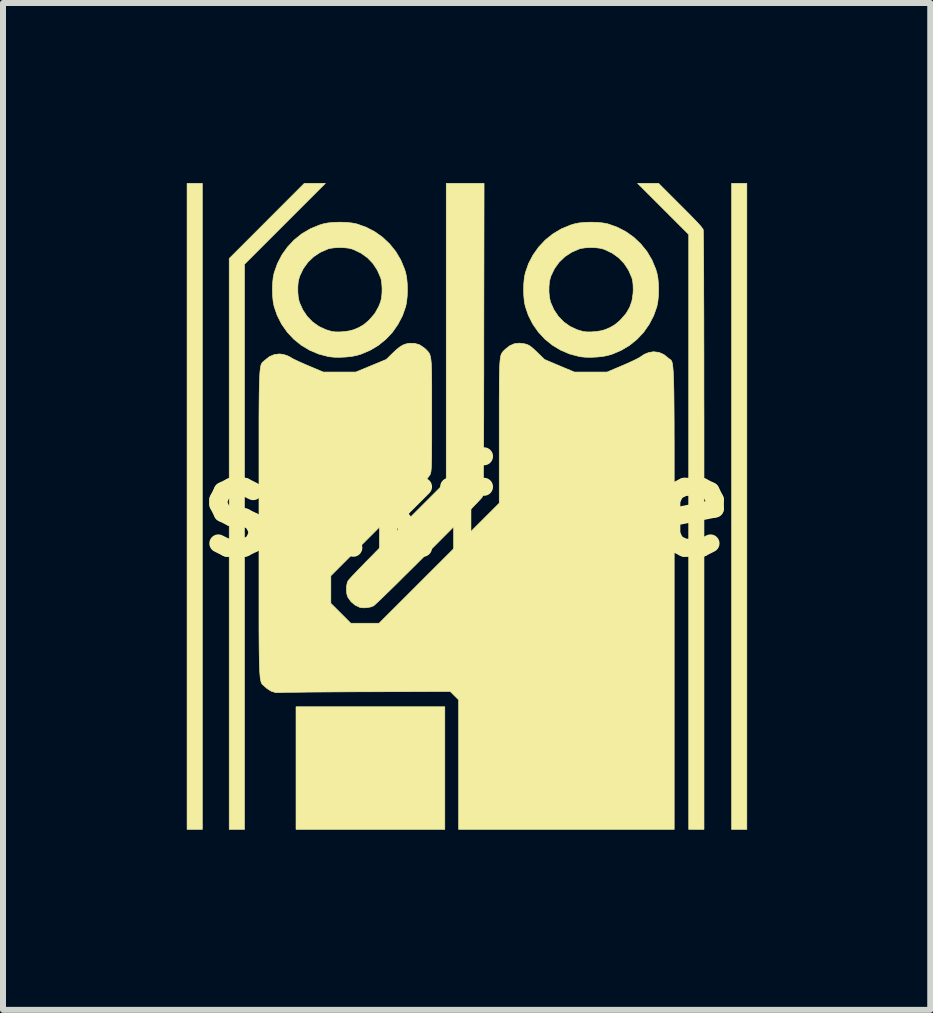
<source format=kicad_pcb>
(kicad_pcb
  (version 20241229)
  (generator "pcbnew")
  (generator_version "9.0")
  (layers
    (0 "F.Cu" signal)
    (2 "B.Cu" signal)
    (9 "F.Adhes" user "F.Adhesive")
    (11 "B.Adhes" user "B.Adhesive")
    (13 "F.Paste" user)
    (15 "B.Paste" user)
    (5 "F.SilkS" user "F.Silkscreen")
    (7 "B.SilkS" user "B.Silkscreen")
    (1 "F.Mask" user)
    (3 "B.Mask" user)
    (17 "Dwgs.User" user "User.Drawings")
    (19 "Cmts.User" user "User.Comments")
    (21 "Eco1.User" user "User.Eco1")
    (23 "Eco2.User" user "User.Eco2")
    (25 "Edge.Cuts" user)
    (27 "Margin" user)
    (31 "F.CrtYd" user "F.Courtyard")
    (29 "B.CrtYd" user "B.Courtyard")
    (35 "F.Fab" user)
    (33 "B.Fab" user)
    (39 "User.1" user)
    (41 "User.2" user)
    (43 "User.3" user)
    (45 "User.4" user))
  (footprint "silkface"
    (layer "F.Cu")
    (at 4.724 5.387)
    (property "Reference" "silkface" (at 0 0 0) (layer "F.SilkS") (effects (font (size 1.524 1.524) (thickness 0.3))))
    (attr through_hole board_only exclude_from_pos_files exclude_from_bom)
    (fp_poly (pts (xy -4.403 5.382) (xy -4.657 5.382) (xy -4.657 -5.382) (xy -4.403 -5.382) (xy -4.403 5.382)) (stroke (width 0.01) (type solid)) (fill yes) (layer "F.SilkS"))
    (fp_poly (pts (xy -0.363 5.382) (xy -2.842 5.382) (xy -2.842 3.338) (xy -0.363 3.338) (xy -0.363 5.382)) (stroke (width 0.01) (type solid)) (fill yes) (layer "F.SilkS"))
    (fp_poly (pts (xy 4.669 5.382) (xy 4.415 5.382) (xy 4.415 -5.382) (xy 4.669 -5.382) (xy 4.669 5.382)) (stroke (width 0.01) (type solid)) (fill yes) (layer "F.SilkS"))
    (fp_poly (pts (xy -3.027 -4.708) (xy -3.701 -4.034) (xy -3.701 5.382) (xy -3.955 5.382) (xy -3.955 -4.13) (xy -2.704 -5.382) (xy -2.353 -5.382) (xy -3.027 -4.708)) (stroke (width 0.01) (type solid)) (fill yes) (layer "F.SilkS"))
    (fp_poly (pts (xy 3.565 -5.016) (xy 3.661 -4.92) (xy 3.74 -4.84) (xy 3.804 -4.774) (xy 3.855 -4.72) (xy 3.893 -4.678) (xy 3.919 -4.646) (xy 3.936 -4.623) (xy 3.943 -4.608) (xy 3.944 -4.592) (xy 3.945 -4.552) (xy 3.946 -4.488) (xy 3.947 -4.399) (xy 3.948 -4.287) (xy 3.949 -4.151) (xy 3.95 -3.991) (xy 3.951 -3.808) (xy 3.951 -3.601) (xy 3.952 -3.37) (xy 3.953 -3.117) (xy 3.953 -2.839) (xy 3.954 -2.539) (xy 3.954 -2.215) (xy 3.954 -1.868) (xy 3.955 -1.498) (xy 3.955 -1.105) (xy 3.955 -0.689) (xy 3.955 -0.251) (xy 3.955 0.211) (xy 3.955 0.408) (xy 3.955 5.382) (xy 3.701 5.382) (xy 3.701 -4.53) (xy 2.849 -5.382) (xy 3.199 -5.382) (xy 3.565 -5.016)) (stroke (width 0.01) (type solid)) (fill yes) (layer "F.SilkS"))
    (fp_poly (pts (xy 0.287 -2.791) (xy 0.287 -2.496) (xy 0.287 -2.224) (xy 0.286 -1.975) (xy 0.286 -1.746) (xy 0.286 -1.538) (xy 0.285 -1.35) (xy 0.285 -1.179) (xy 0.284 -1.027) (xy 0.284 -0.89) (xy 0.283 -0.769) (xy 0.282 -0.663) (xy 0.282 -0.57) (xy 0.281 -0.49) (xy 0.28 -0.421) (xy 0.279 -0.363) (xy 0.278 -0.314) (xy 0.276 -0.275) (xy 0.275 -0.243) (xy 0.273 -0.218) (xy 0.272 -0.198) (xy 0.27 -0.184) (xy 0.268 -0.173) (xy 0.265 -0.165) (xy 0.263 -0.159) (xy 0.262 -0.157) (xy 0.25 -0.142) (xy 0.221 -0.11) (xy 0.179 -0.065) (xy 0.123 -0.007) (xy 0.056 0.063) (xy -0.021 0.142) (xy -0.107 0.23) (xy -0.201 0.325) (xy -0.3 0.425) (xy -0.405 0.53) (xy -0.512 0.638) (xy -0.621 0.747) (xy -0.73 0.856) (xy -0.838 0.964) (xy -0.944 1.069) (xy -1.046 1.17) (xy -1.142 1.266) (xy -1.232 1.354) (xy -1.314 1.434) (xy -1.386 1.504) (xy -1.447 1.563) (xy -1.496 1.609) (xy -1.531 1.641) (xy -1.551 1.658) (xy -1.554 1.659) (xy -1.599 1.676) (xy -1.655 1.686) (xy -1.714 1.69) (xy -1.764 1.686) (xy -1.778 1.683) (xy -1.859 1.644) (xy -1.927 1.586) (xy -1.979 1.512) (xy -1.995 1.462) (xy -2.002 1.4) (xy -2 1.334) (xy -1.989 1.274) (xy -1.975 1.24) (xy -1.962 1.224) (xy -1.934 1.192) (xy -1.89 1.145) (xy -1.832 1.084) (xy -1.761 1.011) (xy -1.679 0.926) (xy -1.585 0.831) (xy -1.482 0.726) (xy -1.37 0.613) (xy -1.25 0.493) (xy -1.144 0.387) (xy -0.339 -0.417) (xy -0.339 -5.382) (xy 0.291 -5.382) (xy 0.287 -2.791)) (stroke (width 0.01) (type solid)) (fill yes) (layer "F.SilkS"))
    (fp_poly (pts (xy -2.006 -4.732) (xy -1.911 -4.722) (xy -1.832 -4.707) (xy -1.676 -4.652) (xy -1.531 -4.577) (xy -1.399 -4.483) (xy -1.282 -4.372) (xy -1.18 -4.246) (xy -1.097 -4.106) (xy -1.034 -3.954) (xy -1.014 -3.889) (xy -0.998 -3.808) (xy -0.989 -3.713) (xy -0.986 -3.609) (xy -0.989 -3.506) (xy -0.999 -3.41) (xy -1.014 -3.332) (xy -1.068 -3.178) (xy -1.143 -3.034) (xy -1.235 -2.902) (xy -1.345 -2.785) (xy -1.469 -2.684) (xy -1.606 -2.602) (xy -1.753 -2.539) (xy -1.832 -2.515) (xy -1.913 -2.499) (xy -2.007 -2.489) (xy -2.106 -2.484) (xy -2.201 -2.485) (xy -2.285 -2.493) (xy -2.306 -2.497) (xy -2.466 -2.539) (xy -2.617 -2.603) (xy -2.755 -2.686) (xy -2.88 -2.787) (xy -2.989 -2.905) (xy -3.082 -3.037) (xy -3.156 -3.183) (xy -3.207 -3.332) (xy -3.223 -3.412) (xy -3.232 -3.508) (xy -3.234 -3.574) (xy -2.812 -3.574) (xy -2.805 -3.49) (xy -2.79 -3.416) (xy -2.785 -3.399) (xy -2.73 -3.276) (xy -2.657 -3.167) (xy -2.567 -3.074) (xy -2.462 -2.999) (xy -2.345 -2.944) (xy -2.244 -2.914) (xy -2.182 -2.907) (xy -2.106 -2.907) (xy -2.026 -2.913) (xy -1.95 -2.925) (xy -1.887 -2.942) (xy -1.885 -2.942) (xy -1.793 -2.981) (xy -1.715 -3.027) (xy -1.642 -3.087) (xy -1.609 -3.12) (xy -1.527 -3.217) (xy -1.465 -3.328) (xy -1.432 -3.411) (xy -1.418 -3.471) (xy -1.41 -3.547) (xy -1.408 -3.629) (xy -1.413 -3.709) (xy -1.423 -3.779) (xy -1.432 -3.81) (xy -1.487 -3.936) (xy -1.56 -4.047) (xy -1.651 -4.142) (xy -1.758 -4.219) (xy -1.881 -4.278) (xy -1.911 -4.289) (xy -1.971 -4.303) (xy -2.047 -4.311) (xy -2.129 -4.313) (xy -2.209 -4.308) (xy -2.279 -4.298) (xy -2.31 -4.289) (xy -2.436 -4.234) (xy -2.547 -4.161) (xy -2.642 -4.07) (xy -2.72 -3.963) (xy -2.779 -3.84) (xy -2.789 -3.81) (xy -2.805 -3.743) (xy -2.812 -3.662) (xy -2.812 -3.574) (xy -3.234 -3.574) (xy -3.235 -3.612) (xy -3.232 -3.715) (xy -3.223 -3.81) (xy -3.207 -3.889) (xy -3.152 -4.045) (xy -3.077 -4.19) (xy -2.983 -4.322) (xy -2.872 -4.44) (xy -2.746 -4.541) (xy -2.606 -4.624) (xy -2.454 -4.687) (xy -2.389 -4.707) (xy -2.309 -4.723) (xy -2.213 -4.732) (xy -2.109 -4.735) (xy -2.006 -4.732)) (stroke (width 0.01) (type solid)) (fill yes) (layer "F.SilkS"))
    (fp_poly (pts (xy 2.179 -4.732) (xy 2.274 -4.722) (xy 2.353 -4.707) (xy 2.509 -4.652) (xy 2.654 -4.577) (xy 2.786 -4.483) (xy 2.903 -4.372) (xy 3.005 -4.246) (xy 3.088 -4.106) (xy 3.151 -3.954) (xy 3.171 -3.889) (xy 3.187 -3.808) (xy 3.196 -3.713) (xy 3.199 -3.609) (xy 3.196 -3.506) (xy 3.186 -3.41) (xy 3.171 -3.332) (xy 3.117 -3.178) (xy 3.042 -3.034) (xy 2.95 -2.902) (xy 2.84 -2.785) (xy 2.716 -2.684) (xy 2.579 -2.602) (xy 2.432 -2.539) (xy 2.353 -2.515) (xy 2.272 -2.499) (xy 2.178 -2.489) (xy 2.079 -2.484) (xy 1.984 -2.485) (xy 1.9 -2.493) (xy 1.879 -2.497) (xy 1.718 -2.539) (xy 1.568 -2.603) (xy 1.43 -2.686) (xy 1.305 -2.787) (xy 1.196 -2.905) (xy 1.103 -3.037) (xy 1.029 -3.183) (xy 0.978 -3.332) (xy 0.962 -3.412) (xy 0.953 -3.508) (xy 0.951 -3.574) (xy 1.372 -3.574) (xy 1.38 -3.49) (xy 1.395 -3.416) (xy 1.4 -3.399) (xy 1.455 -3.276) (xy 1.528 -3.167) (xy 1.618 -3.074) (xy 1.723 -2.999) (xy 1.84 -2.944) (xy 1.941 -2.914) (xy 2.003 -2.907) (xy 2.079 -2.907) (xy 2.159 -2.913) (xy 2.235 -2.925) (xy 2.298 -2.942) (xy 2.3 -2.942) (xy 2.392 -2.981) (xy 2.47 -3.027) (xy 2.543 -3.087) (xy 2.576 -3.12) (xy 2.658 -3.215) (xy 2.717 -3.316) (xy 2.755 -3.425) (xy 2.773 -3.545) (xy 2.776 -3.61) (xy 2.774 -3.687) (xy 2.768 -3.746) (xy 2.758 -3.794) (xy 2.753 -3.81) (xy 2.698 -3.936) (xy 2.625 -4.047) (xy 2.534 -4.142) (xy 2.427 -4.219) (xy 2.304 -4.278) (xy 2.274 -4.289) (xy 2.213 -4.303) (xy 2.138 -4.311) (xy 2.056 -4.313) (xy 1.976 -4.308) (xy 1.906 -4.298) (xy 1.875 -4.289) (xy 1.749 -4.234) (xy 1.638 -4.161) (xy 1.543 -4.07) (xy 1.465 -3.963) (xy 1.406 -3.84) (xy 1.396 -3.81) (xy 1.38 -3.743) (xy 1.373 -3.662) (xy 1.372 -3.574) (xy 0.951 -3.574) (xy 0.95 -3.612) (xy 0.953 -3.715) (xy 0.962 -3.81) (xy 0.978 -3.889) (xy 1.032 -4.045) (xy 1.108 -4.19) (xy 1.202 -4.322) (xy 1.313 -4.44) (xy 1.439 -4.541) (xy 1.579 -4.624) (xy 1.731 -4.687) (xy 1.796 -4.707) (xy 1.876 -4.723) (xy 1.972 -4.732) (xy 2.075 -4.735) (xy 2.179 -4.732)) (stroke (width 0.01) (type solid)) (fill yes) (layer "F.SilkS"))
    (fp_poly (pts (xy 0.971 -2.708) (xy 0.991 -2.702) (xy 1.021 -2.692) (xy 1.05 -2.676) (xy 1.082 -2.653) (xy 1.121 -2.619) (xy 1.172 -2.571) (xy 1.178 -2.565) (xy 1.3 -2.447) (xy 1.548 -2.342) (xy 1.797 -2.238) (xy 2.34 -2.238) (xy 2.6 -2.348) (xy 2.703 -2.393) (xy 2.787 -2.432) (xy 2.851 -2.464) (xy 2.895 -2.489) (xy 2.908 -2.499) (xy 2.967 -2.537) (xy 3.038 -2.564) (xy 3.111 -2.576) (xy 3.121 -2.576) (xy 3.207 -2.565) (xy 3.287 -2.53) (xy 3.357 -2.474) (xy 3.367 -2.466) (xy 3.376 -2.459) (xy 3.384 -2.453) (xy 3.392 -2.448) (xy 3.399 -2.443) (xy 3.406 -2.436) (xy 3.412 -2.427) (xy 3.418 -2.416) (xy 3.423 -2.401) (xy 3.428 -2.382) (xy 3.432 -2.357) (xy 3.436 -2.327) (xy 3.439 -2.29) (xy 3.443 -2.245) (xy 3.445 -2.193) (xy 3.448 -2.131) (xy 3.45 -2.059) (xy 3.452 -1.977) (xy 3.454 -1.884) (xy 3.455 -1.778) (xy 3.456 -1.659) (xy 3.457 -1.527) (xy 3.458 -1.38) (xy 3.458 -1.218) (xy 3.459 -1.04) (xy 3.459 -0.845) (xy 3.459 -0.632) (xy 3.459 -0.401) (xy 3.46 -0.151) (xy 3.459 0.12) (xy 3.459 0.411) (xy 3.459 0.724) (xy 3.459 1.059) (xy 3.459 1.417) (xy 3.459 1.55) (xy 3.459 5.382) (xy -0.133 5.382) (xy -0.133 3.223) (xy -0.273 3.084) (xy -1.658 3.089) (xy -1.84 3.089) (xy -2.016 3.09) (xy -2.184 3.091) (xy -2.344 3.092) (xy -2.492 3.093) (xy -2.628 3.094) (xy -2.75 3.096) (xy -2.856 3.097) (xy -2.946 3.098) (xy -3.016 3.099) (xy -3.066 3.1) (xy -3.094 3.102) (xy -3.098 3.102) (xy -3.179 3.103) (xy -3.256 3.079) (xy -3.328 3.033) (xy -3.357 3.007) (xy -3.369 2.996) (xy -3.379 2.987) (xy -3.389 2.979) (xy -3.398 2.971) (xy -3.406 2.962) (xy -3.414 2.951) (xy -3.42 2.937) (xy -3.426 2.919) (xy -3.432 2.896) (xy -3.437 2.868) (xy -3.441 2.832) (xy -3.444 2.789) (xy -3.448 2.737) (xy -3.45 2.675) (xy -3.453 2.602) (xy -3.454 2.518) (xy -3.456 2.421) (xy -3.457 2.31) (xy -3.458 2.185) (xy -3.459 2.044) (xy -3.459 1.887) (xy -3.459 1.712) (xy -3.459 1.519) (xy -3.459 1.306) (xy -3.459 1.072) (xy -3.459 0.818) (xy -3.459 0.541) (xy -3.459 0.284) (xy -3.459 -0.013) (xy -3.459 -0.287) (xy -3.459 -0.538) (xy -3.459 -0.769) (xy -3.459 -0.979) (xy -3.459 -1.169) (xy -3.459 -1.342) (xy -3.459 -1.497) (xy -3.458 -1.635) (xy -3.457 -1.758) (xy -3.456 -1.867) (xy -3.454 -1.962) (xy -3.452 -2.045) (xy -3.45 -2.116) (xy -3.447 -2.176) (xy -3.444 -2.227) (xy -3.44 -2.269) (xy -3.436 -2.304) (xy -3.431 -2.331) (xy -3.426 -2.353) (xy -3.42 -2.371) (xy -3.413 -2.384) (xy -3.405 -2.395) (xy -3.397 -2.404) (xy -3.388 -2.412) (xy -3.378 -2.42) (xy -3.367 -2.429) (xy -3.357 -2.438) (xy -3.285 -2.495) (xy -3.205 -2.529) (xy -3.12 -2.54) (xy -3.058 -2.533) (xy -2.993 -2.513) (xy -2.936 -2.486) (xy -2.923 -2.477) (xy -2.901 -2.463) (xy -2.86 -2.443) (xy -2.805 -2.417) (xy -2.738 -2.387) (xy -2.665 -2.355) (xy -2.636 -2.343) (xy -2.388 -2.238) (xy -1.846 -2.238) (xy -1.339 -2.448) (xy -1.23 -2.554) (xy -1.165 -2.615) (xy -1.108 -2.66) (xy -1.057 -2.69) (xy -1.006 -2.708) (xy -0.952 -2.718) (xy -0.864 -2.716) (xy -0.783 -2.692) (xy -0.71 -2.644) (xy -0.683 -2.62) (xy -0.664 -2.602) (xy -0.649 -2.585) (xy -0.635 -2.569) (xy -0.623 -2.552) (xy -0.613 -2.531) (xy -0.605 -2.505) (xy -0.598 -2.473) (xy -0.593 -2.432) (xy -0.588 -2.381) (xy -0.585 -2.319) (xy -0.583 -2.243) (xy -0.582 -2.153) (xy -0.581 -2.045) (xy -0.581 -1.92) (xy -0.581 -1.774) (xy -0.581 -1.606) (xy -0.581 -1.524) (xy -0.581 -1.352) (xy -0.581 -1.202) (xy -0.581 -1.073) (xy -0.582 -0.963) (xy -0.582 -0.871) (xy -0.583 -0.794) (xy -0.585 -0.731) (xy -0.586 -0.681) (xy -0.588 -0.641) (xy -0.591 -0.61) (xy -0.593 -0.586) (xy -0.597 -0.568) (xy -0.6 -0.556) (xy -0.603 -0.544) (xy -0.608 -0.532) (xy -0.615 -0.519) (xy -0.626 -0.504) (xy -0.64 -0.485) (xy -0.66 -0.461) (xy -0.687 -0.431) (xy -0.721 -0.395) (xy -0.763 -0.351) (xy -0.814 -0.297) (xy -0.877 -0.234) (xy -0.95 -0.159) (xy -1.036 -0.072) (xy -1.136 0.028) (xy -1.251 0.143) (xy -1.381 0.273) (xy -1.44 0.333) (xy -2.262 1.156) (xy -2.262 1.615) (xy -2.095 1.781) (xy -1.929 1.947) (xy -1.459 1.947) (xy -0.457 0.946) (xy 0.544 -0.054) (xy 0.544 -1.241) (xy 0.544 -1.444) (xy 0.544 -1.624) (xy 0.544 -1.784) (xy 0.545 -1.923) (xy 0.545 -2.044) (xy 0.546 -2.148) (xy 0.548 -2.237) (xy 0.55 -2.311) (xy 0.553 -2.373) (xy 0.557 -2.424) (xy 0.562 -2.466) (xy 0.567 -2.498) (xy 0.574 -2.525) (xy 0.583 -2.545) (xy 0.592 -2.562) (xy 0.604 -2.577) (xy 0.617 -2.591) (xy 0.631 -2.605) (xy 0.646 -2.619) (xy 0.718 -2.676) (xy 0.795 -2.71) (xy 0.88 -2.72) (xy 0.971 -2.708)) (stroke (width 0.01) (type solid)) (fill yes) (layer "F.SilkS")))
  (gr_rect
    (start -3 -3)
    (end 12.449 13.775)
    (stroke (width 0.1) (type default))
    (fill no)
    (layer "Edge.Cuts")))
</source>
